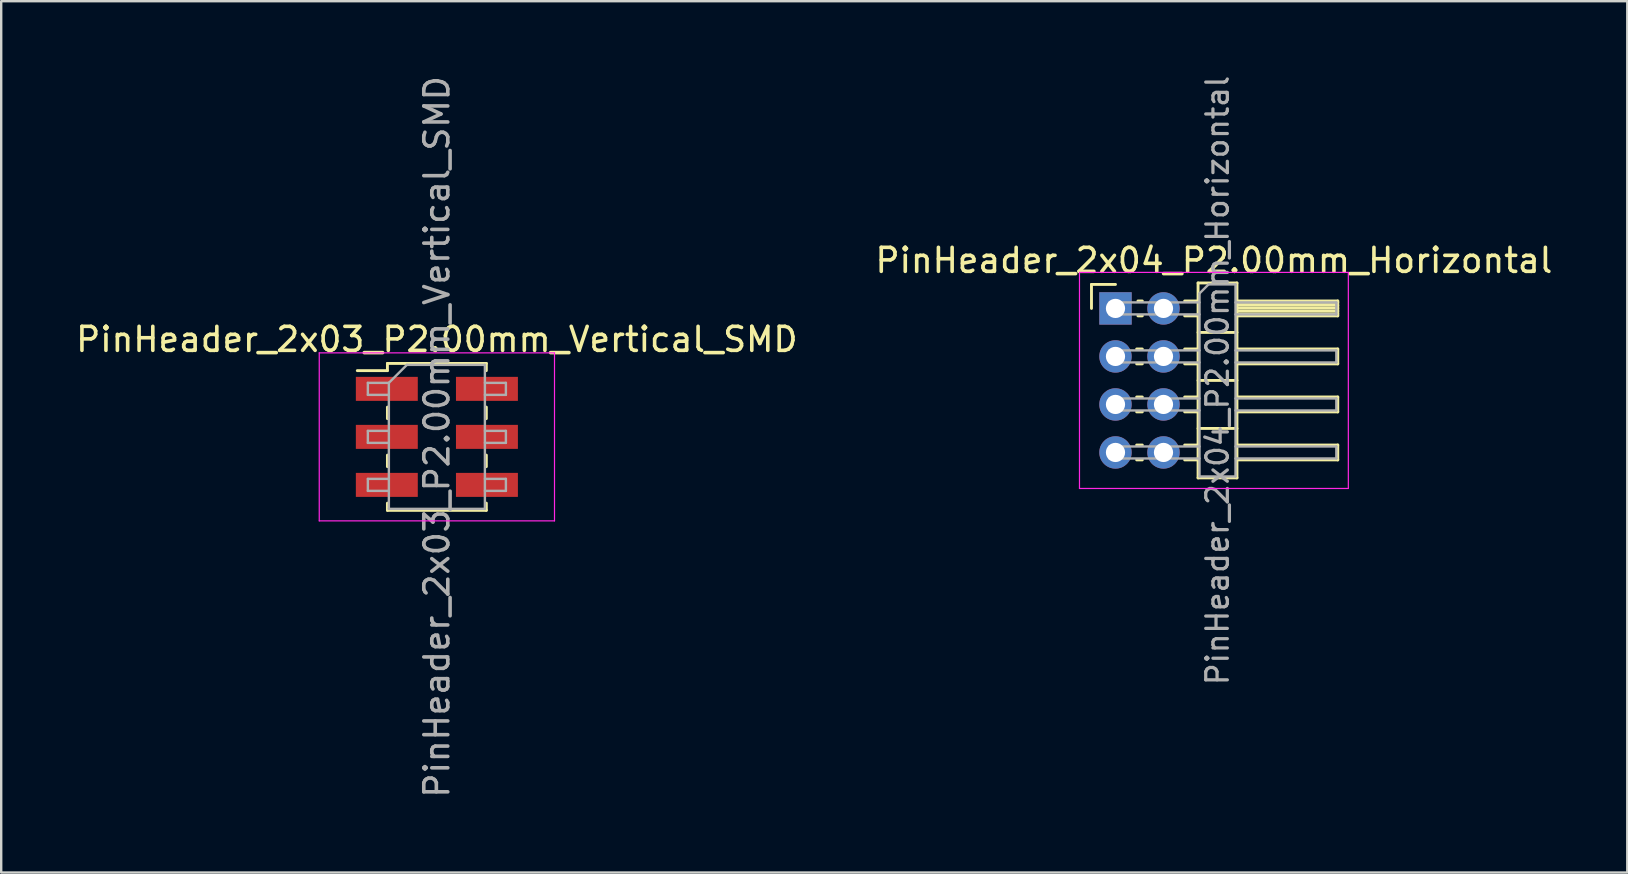
<source format=kicad_pcb>
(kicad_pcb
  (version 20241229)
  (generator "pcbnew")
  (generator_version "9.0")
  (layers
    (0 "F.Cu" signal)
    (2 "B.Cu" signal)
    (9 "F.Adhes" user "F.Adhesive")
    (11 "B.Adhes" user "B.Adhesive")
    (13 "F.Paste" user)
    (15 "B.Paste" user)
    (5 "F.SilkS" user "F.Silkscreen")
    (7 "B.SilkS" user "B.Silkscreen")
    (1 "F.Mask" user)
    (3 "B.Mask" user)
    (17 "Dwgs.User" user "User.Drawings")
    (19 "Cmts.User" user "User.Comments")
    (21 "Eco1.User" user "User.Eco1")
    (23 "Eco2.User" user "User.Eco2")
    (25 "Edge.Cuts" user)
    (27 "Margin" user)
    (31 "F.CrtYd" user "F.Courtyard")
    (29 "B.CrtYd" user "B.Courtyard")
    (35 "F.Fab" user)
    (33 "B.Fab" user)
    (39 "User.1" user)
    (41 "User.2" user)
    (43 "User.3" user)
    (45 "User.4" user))
  (footprint "PinHeader_2x03_P2.00mm_Vertical_SMD"
    (layer "F.Cu")
    (at 15.149 15.149)
    (property "Reference" "PinHeader_2x03_P2.00mm_Vertical_SMD" (at 0 -4.06 0) (layer "F.SilkS") (effects (font (size 1 1) (thickness 0.15))))
    (attr smd)
    (fp_line (start -3.315 -2.76) (end -2.06 -2.76) (stroke (width 0.12) (type solid)) (layer "F.SilkS"))
    (fp_line (start -2.06 -3.06) (end -2.06 -2.76) (stroke (width 0.12) (type solid)) (layer "F.SilkS"))
    (fp_line (start -2.06 -3.06) (end 2.06 -3.06) (stroke (width 0.12) (type solid)) (layer "F.SilkS"))
    (fp_line (start -2.06 -1.24) (end -2.06 -0.76) (stroke (width 0.12) (type solid)) (layer "F.SilkS"))
    (fp_line (start -2.06 0.76) (end -2.06 1.24) (stroke (width 0.12) (type solid)) (layer "F.SilkS"))
    (fp_line (start -2.06 2.76) (end -2.06 3.06) (stroke (width 0.12) (type solid)) (layer "F.SilkS"))
    (fp_line (start -2.06 3.06) (end 2.06 3.06) (stroke (width 0.12) (type solid)) (layer "F.SilkS"))
    (fp_line (start 2.06 -3.06) (end 2.06 -2.76) (stroke (width 0.12) (type solid)) (layer "F.SilkS"))
    (fp_line (start 2.06 -1.24) (end 2.06 -0.76) (stroke (width 0.12) (type solid)) (layer "F.SilkS"))
    (fp_line (start 2.06 0.76) (end 2.06 1.24) (stroke (width 0.12) (type solid)) (layer "F.SilkS"))
    (fp_line (start 2.06 2.76) (end 2.06 3.06) (stroke (width 0.12) (type solid)) (layer "F.SilkS"))
    (fp_line (start -4.9 -3.5) (end -4.9 3.5) (stroke (width 0.05) (type solid)) (layer "F.CrtYd"))
    (fp_line (start -4.9 3.5) (end 4.9 3.5) (stroke (width 0.05) (type solid)) (layer "F.CrtYd"))
    (fp_line (start 4.9 -3.5) (end -4.9 -3.5) (stroke (width 0.05) (type solid)) (layer "F.CrtYd"))
    (fp_line (start 4.9 3.5) (end 4.9 -3.5) (stroke (width 0.05) (type solid)) (layer "F.CrtYd"))
    (fp_line (start -2.875 -2.25) (end -2.875 -1.75) (stroke (width 0.1) (type solid)) (layer "F.Fab"))
    (fp_line (start -2.875 -1.75) (end -2 -1.75) (stroke (width 0.1) (type solid)) (layer "F.Fab"))
    (fp_line (start -2.875 -0.25) (end -2.875 0.25) (stroke (width 0.1) (type solid)) (layer "F.Fab"))
    (fp_line (start -2.875 0.25) (end -2 0.25) (stroke (width 0.1) (type solid)) (layer "F.Fab"))
    (fp_line (start -2.875 1.75) (end -2.875 2.25) (stroke (width 0.1) (type solid)) (layer "F.Fab"))
    (fp_line (start -2.875 2.25) (end -2 2.25) (stroke (width 0.1) (type solid)) (layer "F.Fab"))
    (fp_line (start -2 -2.25) (end -2.875 -2.25) (stroke (width 0.1) (type solid)) (layer "F.Fab"))
    (fp_line (start -2 -2.25) (end -1.25 -3) (stroke (width 0.1) (type solid)) (layer "F.Fab"))
    (fp_line (start -2 -0.25) (end -2.875 -0.25) (stroke (width 0.1) (type solid)) (layer "F.Fab"))
    (fp_line (start -2 1.75) (end -2.875 1.75) (stroke (width 0.1) (type solid)) (layer "F.Fab"))
    (fp_line (start -2 3) (end -2 -2.25) (stroke (width 0.1) (type solid)) (layer "F.Fab"))
    (fp_line (start -1.25 -3) (end 2 -3) (stroke (width 0.1) (type solid)) (layer "F.Fab"))
    (fp_line (start 2 -3) (end 2 3) (stroke (width 0.1) (type solid)) (layer "F.Fab"))
    (fp_line (start 2 -2.25) (end 2.875 -2.25) (stroke (width 0.1) (type solid)) (layer "F.Fab"))
    (fp_line (start 2 -0.25) (end 2.875 -0.25) (stroke (width 0.1) (type solid)) (layer "F.Fab"))
    (fp_line (start 2 1.75) (end 2.875 1.75) (stroke (width 0.1) (type solid)) (layer "F.Fab"))
    (fp_line (start 2 3) (end -2 3) (stroke (width 0.1) (type solid)) (layer "F.Fab"))
    (fp_line (start 2.875 -2.25) (end 2.875 -1.75) (stroke (width 0.1) (type solid)) (layer "F.Fab"))
    (fp_line (start 2.875 -1.75) (end 2 -1.75) (stroke (width 0.1) (type solid)) (layer "F.Fab"))
    (fp_line (start 2.875 -0.25) (end 2.875 0.25) (stroke (width 0.1) (type solid)) (layer "F.Fab"))
    (fp_line (start 2.875 0.25) (end 2 0.25) (stroke (width 0.1) (type solid)) (layer "F.Fab"))
    (fp_line (start 2.875 1.75) (end 2.875 2.25) (stroke (width 0.1) (type solid)) (layer "F.Fab"))
    (fp_line (start 2.875 2.25) (end 2 2.25) (stroke (width 0.1) (type solid)) (layer "F.Fab"))
    (fp_text user "${REFERENCE}" (at 0 0 90) (layer "F.Fab") (effects (font (size 1 1) (thickness 0.15))))
    (pad "1" smd rect (at -2.085 -2) (size 2.58 1) (layers "F.Cu" "F.Mask" "F.Paste"))
    (pad "2" smd rect (at 2.085 -2) (size 2.58 1) (layers "F.Cu" "F.Mask" "F.Paste"))
    (pad "3" smd rect (at -2.085 0) (size 2.58 1) (layers "F.Cu" "F.Mask" "F.Paste"))
    (pad "4" smd rect (at 2.085 0) (size 2.58 1) (layers "F.Cu" "F.Mask" "F.Paste"))
    (pad "5" smd rect (at -2.085 2) (size 2.58 1) (layers "F.Cu" "F.Mask" "F.Paste"))
    (pad "6" smd rect (at 2.085 2) (size 2.58 1) (layers "F.Cu" "F.Mask" "F.Paste")))
  (footprint "PinHeader_2x04_P2.00mm_Horizontal"
    (layer "F.Cu")
    (at 43.418 9.798)
    (property "Reference" "PinHeader_2x04_P2.00mm_Horizontal" (at 4.1 -2 0) (layer "F.SilkS") (effects (font (size 1 1) (thickness 0.15))))
    (attr through_hole)
    (fp_line (start -1 -1) (end 0 -1) (stroke (width 0.12) (type solid)) (layer "F.SilkS"))
    (fp_line (start -1 0) (end -1 -1) (stroke (width 0.12) (type solid)) (layer "F.SilkS"))
    (fp_line (start 0.882 1.69) (end 1.118 1.69) (stroke (width 0.12) (type solid)) (layer "F.SilkS"))
    (fp_line (start 0.882 2.31) (end 1.118 2.31) (stroke (width 0.12) (type solid)) (layer "F.SilkS"))
    (fp_line (start 0.882 3.69) (end 1.118 3.69) (stroke (width 0.12) (type solid)) (layer "F.SilkS"))
    (fp_line (start 0.882 4.31) (end 1.118 4.31) (stroke (width 0.12) (type solid)) (layer "F.SilkS"))
    (fp_line (start 0.882 5.69) (end 1.118 5.69) (stroke (width 0.12) (type solid)) (layer "F.SilkS"))
    (fp_line (start 0.882 6.31) (end 1.118 6.31) (stroke (width 0.12) (type solid)) (layer "F.SilkS"))
    (fp_line (start 0.935 -0.31) (end 1.118 -0.31) (stroke (width 0.12) (type solid)) (layer "F.SilkS"))
    (fp_line (start 0.935 0.31) (end 1.118 0.31) (stroke (width 0.12) (type solid)) (layer "F.SilkS"))
    (fp_line (start 2.882 -0.31) (end 3.44 -0.31) (stroke (width 0.12) (type solid)) (layer "F.SilkS"))
    (fp_line (start 2.882 0.31) (end 3.44 0.31) (stroke (width 0.12) (type solid)) (layer "F.SilkS"))
    (fp_line (start 2.882 1.69) (end 3.44 1.69) (stroke (width 0.12) (type solid)) (layer "F.SilkS"))
    (fp_line (start 2.882 2.31) (end 3.44 2.31) (stroke (width 0.12) (type solid)) (layer "F.SilkS"))
    (fp_line (start 2.882 3.69) (end 3.44 3.69) (stroke (width 0.12) (type solid)) (layer "F.SilkS"))
    (fp_line (start 2.882 4.31) (end 3.44 4.31) (stroke (width 0.12) (type solid)) (layer "F.SilkS"))
    (fp_line (start 2.882 5.69) (end 3.44 5.69) (stroke (width 0.12) (type solid)) (layer "F.SilkS"))
    (fp_line (start 2.882 6.31) (end 3.44 6.31) (stroke (width 0.12) (type solid)) (layer "F.SilkS"))
    (fp_line (start 3.44 -1.06) (end 3.44 7.06) (stroke (width 0.12) (type solid)) (layer "F.SilkS"))
    (fp_line (start 3.44 1) (end 5.06 1) (stroke (width 0.12) (type solid)) (layer "F.SilkS"))
    (fp_line (start 3.44 3) (end 5.06 3) (stroke (width 0.12) (type solid)) (layer "F.SilkS"))
    (fp_line (start 3.44 5) (end 5.06 5) (stroke (width 0.12) (type solid)) (layer "F.SilkS"))
    (fp_line (start 3.44 7.06) (end 5.06 7.06) (stroke (width 0.12) (type solid)) (layer "F.SilkS"))
    (fp_line (start 5.06 -1.06) (end 3.44 -1.06) (stroke (width 0.12) (type solid)) (layer "F.SilkS"))
    (fp_line (start 5.06 -0.31) (end 9.26 -0.31) (stroke (width 0.12) (type solid)) (layer "F.SilkS"))
    (fp_line (start 5.06 -0.25) (end 9.26 -0.25) (stroke (width 0.12) (type solid)) (layer "F.SilkS"))
    (fp_line (start 5.06 -0.13) (end 9.26 -0.13) (stroke (width 0.12) (type solid)) (layer "F.SilkS"))
    (fp_line (start 5.06 -0.01) (end 9.26 -0.01) (stroke (width 0.12) (type solid)) (layer "F.SilkS"))
    (fp_line (start 5.06 0.11) (end 9.26 0.11) (stroke (width 0.12) (type solid)) (layer "F.SilkS"))
    (fp_line (start 5.06 0.23) (end 9.26 0.23) (stroke (width 0.12) (type solid)) (layer "F.SilkS"))
    (fp_line (start 5.06 1.69) (end 9.26 1.69) (stroke (width 0.12) (type solid)) (layer "F.SilkS"))
    (fp_line (start 5.06 3.69) (end 9.26 3.69) (stroke (width 0.12) (type solid)) (layer "F.SilkS"))
    (fp_line (start 5.06 5.69) (end 9.26 5.69) (stroke (width 0.12) (type solid)) (layer "F.SilkS"))
    (fp_line (start 5.06 7.06) (end 5.06 -1.06) (stroke (width 0.12) (type solid)) (layer "F.SilkS"))
    (fp_line (start 9.26 -0.31) (end 9.26 0.31) (stroke (width 0.12) (type solid)) (layer "F.SilkS"))
    (fp_line (start 9.26 0.31) (end 5.06 0.31) (stroke (width 0.12) (type solid)) (layer "F.SilkS"))
    (fp_line (start 9.26 1.69) (end 9.26 2.31) (stroke (width 0.12) (type solid)) (layer "F.SilkS"))
    (fp_line (start 9.26 2.31) (end 5.06 2.31) (stroke (width 0.12) (type solid)) (layer "F.SilkS"))
    (fp_line (start 9.26 3.69) (end 9.26 4.31) (stroke (width 0.12) (type solid)) (layer "F.SilkS"))
    (fp_line (start 9.26 4.31) (end 5.06 4.31) (stroke (width 0.12) (type solid)) (layer "F.SilkS"))
    (fp_line (start 9.26 5.69) (end 9.26 6.31) (stroke (width 0.12) (type solid)) (layer "F.SilkS"))
    (fp_line (start 9.26 6.31) (end 5.06 6.31) (stroke (width 0.12) (type solid)) (layer "F.SilkS"))
    (fp_line (start -1.5 -1.5) (end -1.5 7.5) (stroke (width 0.05) (type solid)) (layer "F.CrtYd"))
    (fp_line (start -1.5 7.5) (end 9.7 7.5) (stroke (width 0.05) (type solid)) (layer "F.CrtYd"))
    (fp_line (start 9.7 -1.5) (end -1.5 -1.5) (stroke (width 0.05) (type solid)) (layer "F.CrtYd"))
    (fp_line (start 9.7 7.5) (end 9.7 -1.5) (stroke (width 0.05) (type solid)) (layer "F.CrtYd"))
    (fp_line (start -0.25 -0.25) (end -0.25 0.25) (stroke (width 0.1) (type solid)) (layer "F.Fab"))
    (fp_line (start -0.25 -0.25) (end 3.5 -0.25) (stroke (width 0.1) (type solid)) (layer "F.Fab"))
    (fp_line (start -0.25 0.25) (end 3.5 0.25) (stroke (width 0.1) (type solid)) (layer "F.Fab"))
    (fp_line (start -0.25 1.75) (end -0.25 2.25) (stroke (width 0.1) (type solid)) (layer "F.Fab"))
    (fp_line (start -0.25 1.75) (end 3.5 1.75) (stroke (width 0.1) (type solid)) (layer "F.Fab"))
    (fp_line (start -0.25 2.25) (end 3.5 2.25) (stroke (width 0.1) (type solid)) (layer "F.Fab"))
    (fp_line (start -0.25 3.75) (end -0.25 4.25) (stroke (width 0.1) (type solid)) (layer "F.Fab"))
    (fp_line (start -0.25 3.75) (end 3.5 3.75) (stroke (width 0.1) (type solid)) (layer "F.Fab"))
    (fp_line (start -0.25 4.25) (end 3.5 4.25) (stroke (width 0.1) (type solid)) (layer "F.Fab"))
    (fp_line (start -0.25 5.75) (end -0.25 6.25) (stroke (width 0.1) (type solid)) (layer "F.Fab"))
    (fp_line (start -0.25 5.75) (end 3.5 5.75) (stroke (width 0.1) (type solid)) (layer "F.Fab"))
    (fp_line (start -0.25 6.25) (end 3.5 6.25) (stroke (width 0.1) (type solid)) (layer "F.Fab"))
    (fp_line (start 3.5 -0.625) (end 3.875 -1) (stroke (width 0.1) (type solid)) (layer "F.Fab"))
    (fp_line (start 3.5 7) (end 3.5 -0.625) (stroke (width 0.1) (type solid)) (layer "F.Fab"))
    (fp_line (start 3.875 -1) (end 5 -1) (stroke (width 0.1) (type solid)) (layer "F.Fab"))
    (fp_line (start 5 -1) (end 5 7) (stroke (width 0.1) (type solid)) (layer "F.Fab"))
    (fp_line (start 5 -0.25) (end 9.2 -0.25) (stroke (width 0.1) (type solid)) (layer "F.Fab"))
    (fp_line (start 5 0.25) (end 9.2 0.25) (stroke (width 0.1) (type solid)) (layer "F.Fab"))
    (fp_line (start 5 1.75) (end 9.2 1.75) (stroke (width 0.1) (type solid)) (layer "F.Fab"))
    (fp_line (start 5 2.25) (end 9.2 2.25) (stroke (width 0.1) (type solid)) (layer "F.Fab"))
    (fp_line (start 5 3.75) (end 9.2 3.75) (stroke (width 0.1) (type solid)) (layer "F.Fab"))
    (fp_line (start 5 4.25) (end 9.2 4.25) (stroke (width 0.1) (type solid)) (layer "F.Fab"))
    (fp_line (start 5 5.75) (end 9.2 5.75) (stroke (width 0.1) (type solid)) (layer "F.Fab"))
    (fp_line (start 5 6.25) (end 9.2 6.25) (stroke (width 0.1) (type solid)) (layer "F.Fab"))
    (fp_line (start 5 7) (end 3.5 7) (stroke (width 0.1) (type solid)) (layer "F.Fab"))
    (fp_line (start 9.2 -0.25) (end 9.2 0.25) (stroke (width 0.1) (type solid)) (layer "F.Fab"))
    (fp_line (start 9.2 1.75) (end 9.2 2.25) (stroke (width 0.1) (type solid)) (layer "F.Fab"))
    (fp_line (start 9.2 3.75) (end 9.2 4.25) (stroke (width 0.1) (type solid)) (layer "F.Fab"))
    (fp_line (start 9.2 5.75) (end 9.2 6.25) (stroke (width 0.1) (type solid)) (layer "F.Fab"))
    (fp_text user "${REFERENCE}" (at 4.25 3 90) (layer "F.Fab") (effects (font (size 0.9 0.9) (thickness 0.135))))
    (pad "1" thru_hole rect (at 0 0) (size 1.35 1.35) (drill 0.8) (layers "*.Cu" "*.Mask"))
    (pad "2" thru_hole oval (at 2 0) (size 1.35 1.35) (drill 0.8) (layers "*.Cu" "*.Mask"))
    (pad "3" thru_hole oval (at 0 2) (size 1.35 1.35) (drill 0.8) (layers "*.Cu" "*.Mask"))
    (pad "4" thru_hole oval (at 2 2) (size 1.35 1.35) (drill 0.8) (layers "*.Cu" "*.Mask"))
    (pad "5" thru_hole oval (at 0 4) (size 1.35 1.35) (drill 0.8) (layers "*.Cu" "*.Mask"))
    (pad "6" thru_hole oval (at 2 4) (size 1.35 1.35) (drill 0.8) (layers "*.Cu" "*.Mask"))
    (pad "7" thru_hole oval (at 0 6) (size 1.35 1.35) (drill 0.8) (layers "*.Cu" "*.Mask"))
    (pad "8" thru_hole oval (at 2 6) (size 1.35 1.35) (drill 0.8) (layers "*.Cu" "*.Mask")))
  (gr_rect
    (start -3 -3)
    (end 64.738 33.298)
    (stroke (width 0.1) (type default))
    (fill no)
    (layer "Edge.Cuts")))
</source>
